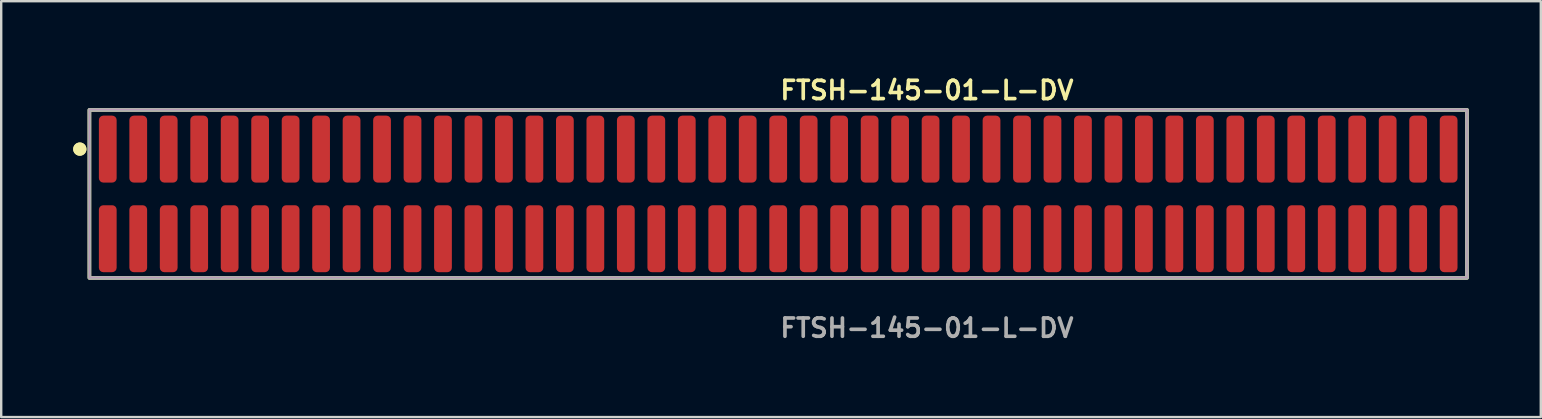
<source format=kicad_pcb>
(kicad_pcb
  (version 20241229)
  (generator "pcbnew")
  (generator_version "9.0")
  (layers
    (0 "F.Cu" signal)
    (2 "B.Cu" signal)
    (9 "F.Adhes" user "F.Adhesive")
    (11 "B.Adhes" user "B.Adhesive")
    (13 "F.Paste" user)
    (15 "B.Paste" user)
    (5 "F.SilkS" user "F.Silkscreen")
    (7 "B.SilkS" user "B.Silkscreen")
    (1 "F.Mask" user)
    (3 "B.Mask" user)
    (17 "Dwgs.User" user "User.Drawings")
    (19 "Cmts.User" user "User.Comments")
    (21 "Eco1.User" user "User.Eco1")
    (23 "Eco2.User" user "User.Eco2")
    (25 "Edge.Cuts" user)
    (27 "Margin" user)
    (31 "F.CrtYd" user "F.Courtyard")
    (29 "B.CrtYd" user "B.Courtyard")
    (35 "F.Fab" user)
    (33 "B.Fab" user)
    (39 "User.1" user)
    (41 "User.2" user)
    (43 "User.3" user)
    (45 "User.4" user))
  (footprint "FTSH-145-01-L-DV"
    (layer "F.Cu")
    (at 29.381 5.031)
    (property "Reference" "FTSH-145-01-L-DV" (at 0 -4.318 0) (unlocked yes) (layer "F.SilkS") (effects (font (size 0.762 0.762) (thickness 0.152)) (justify left)))
    (fp_rect (start -28.705 3.5) (end 28.705 -3.5) (stroke (width 0.152) (type solid)) (fill no) (layer "F.SilkS"))
    (fp_circle (center -29.105 -1.867) (end -29.305 -1.867) (stroke (width 0.152) (type solid)) (fill yes) (layer "F.SilkS"))
    (fp_circle (center -29.105 -1.867) (end -29.305 -1.867) (stroke (width 0.152) (type solid)) (fill yes) (layer "F.SilkS"))
    (fp_rect (start -28.705 3.5) (end 28.705 -3.5) (stroke (width 0.006) (type solid)) (fill no) (layer "F.CrtYd"))
    (fp_rect (start -28.705 3.5) (end 28.705 -3.5) (stroke (width 0.152) (type solid)) (fill no) (layer "F.Fab"))
    (fp_text user "${REFERENCE}" (at 0 5.588 0) (unlocked yes) (layer "F.Fab") (effects (font (size 0.762 0.762) (thickness 0.152)) (justify left)))
    (pad "1" smd roundrect (at -27.94 -1.867) (size 0.74 2.79) (layers "F.Cu" "F.Paste") (roundrect_rratio 0.25))
    (pad "2" smd roundrect (at -27.94 1.867) (size 0.74 2.79) (layers "F.Cu" "F.Paste") (roundrect_rratio 0.25))
    (pad "3" smd roundrect (at -26.67 -1.867) (size 0.74 2.79) (layers "F.Cu" "F.Paste") (roundrect_rratio 0.25))
    (pad "4" smd roundrect (at -26.67 1.867) (size 0.74 2.79) (layers "F.Cu" "F.Paste") (roundrect_rratio 0.25))
    (pad "5" smd roundrect (at -25.4 -1.867) (size 0.74 2.79) (layers "F.Cu" "F.Paste") (roundrect_rratio 0.25))
    (pad "6" smd roundrect (at -25.4 1.867) (size 0.74 2.79) (layers "F.Cu" "F.Paste") (roundrect_rratio 0.25))
    (pad "7" smd roundrect (at -24.13 -1.867) (size 0.74 2.79) (layers "F.Cu" "F.Paste") (roundrect_rratio 0.25))
    (pad "8" smd roundrect (at -24.13 1.867) (size 0.74 2.79) (layers "F.Cu" "F.Paste") (roundrect_rratio 0.25))
    (pad "9" smd roundrect (at -22.86 -1.867) (size 0.74 2.79) (layers "F.Cu" "F.Paste") (roundrect_rratio 0.25))
    (pad "10" smd roundrect (at -22.86 1.867) (size 0.74 2.79) (layers "F.Cu" "F.Paste") (roundrect_rratio 0.25))
    (pad "11" smd roundrect (at -21.59 -1.867) (size 0.74 2.79) (layers "F.Cu" "F.Paste") (roundrect_rratio 0.25))
    (pad "12" smd roundrect (at -21.59 1.867) (size 0.74 2.79) (layers "F.Cu" "F.Paste") (roundrect_rratio 0.25))
    (pad "13" smd roundrect (at -20.32 -1.867) (size 0.74 2.79) (layers "F.Cu" "F.Paste") (roundrect_rratio 0.25))
    (pad "14" smd roundrect (at -20.32 1.867) (size 0.74 2.79) (layers "F.Cu" "F.Paste") (roundrect_rratio 0.25))
    (pad "15" smd roundrect (at -19.05 -1.867) (size 0.74 2.79) (layers "F.Cu" "F.Paste") (roundrect_rratio 0.25))
    (pad "16" smd roundrect (at -19.05 1.867) (size 0.74 2.79) (layers "F.Cu" "F.Paste") (roundrect_rratio 0.25))
    (pad "17" smd roundrect (at -17.78 -1.867) (size 0.74 2.79) (layers "F.Cu" "F.Paste") (roundrect_rratio 0.25))
    (pad "18" smd roundrect (at -17.78 1.867) (size 0.74 2.79) (layers "F.Cu" "F.Paste") (roundrect_rratio 0.25))
    (pad "19" smd roundrect (at -16.51 -1.867) (size 0.74 2.79) (layers "F.Cu" "F.Paste") (roundrect_rratio 0.25))
    (pad "20" smd roundrect (at -16.51 1.867) (size 0.74 2.79) (layers "F.Cu" "F.Paste") (roundrect_rratio 0.25))
    (pad "21" smd roundrect (at -15.24 -1.867) (size 0.74 2.79) (layers "F.Cu" "F.Paste") (roundrect_rratio 0.25))
    (pad "22" smd roundrect (at -15.24 1.867) (size 0.74 2.79) (layers "F.Cu" "F.Paste") (roundrect_rratio 0.25))
    (pad "23" smd roundrect (at -13.97 -1.867) (size 0.74 2.79) (layers "F.Cu" "F.Paste") (roundrect_rratio 0.25))
    (pad "24" smd roundrect (at -13.97 1.867) (size 0.74 2.79) (layers "F.Cu" "F.Paste") (roundrect_rratio 0.25))
    (pad "25" smd roundrect (at -12.7 -1.867) (size 0.74 2.79) (layers "F.Cu" "F.Paste") (roundrect_rratio 0.25))
    (pad "26" smd roundrect (at -12.7 1.867) (size 0.74 2.79) (layers "F.Cu" "F.Paste") (roundrect_rratio 0.25))
    (pad "27" smd roundrect (at -11.43 -1.867) (size 0.74 2.79) (layers "F.Cu" "F.Paste") (roundrect_rratio 0.25))
    (pad "28" smd roundrect (at -11.43 1.867) (size 0.74 2.79) (layers "F.Cu" "F.Paste") (roundrect_rratio 0.25))
    (pad "29" smd roundrect (at -10.16 -1.867) (size 0.74 2.79) (layers "F.Cu" "F.Paste") (roundrect_rratio 0.25))
    (pad "30" smd roundrect (at -10.16 1.867) (size 0.74 2.79) (layers "F.Cu" "F.Paste") (roundrect_rratio 0.25))
    (pad "31" smd roundrect (at -8.89 -1.867) (size 0.74 2.79) (layers "F.Cu" "F.Paste") (roundrect_rratio 0.25))
    (pad "32" smd roundrect (at -8.89 1.867) (size 0.74 2.79) (layers "F.Cu" "F.Paste") (roundrect_rratio 0.25))
    (pad "33" smd roundrect (at -7.62 -1.867) (size 0.74 2.79) (layers "F.Cu" "F.Paste") (roundrect_rratio 0.25))
    (pad "34" smd roundrect (at -7.62 1.867) (size 0.74 2.79) (layers "F.Cu" "F.Paste") (roundrect_rratio 0.25))
    (pad "35" smd roundrect (at -6.35 -1.867) (size 0.74 2.79) (layers "F.Cu" "F.Paste") (roundrect_rratio 0.25))
    (pad "36" smd roundrect (at -6.35 1.867) (size 0.74 2.79) (layers "F.Cu" "F.Paste") (roundrect_rratio 0.25))
    (pad "37" smd roundrect (at -5.08 -1.867) (size 0.74 2.79) (layers "F.Cu" "F.Paste") (roundrect_rratio 0.25))
    (pad "38" smd roundrect (at -5.08 1.867) (size 0.74 2.79) (layers "F.Cu" "F.Paste") (roundrect_rratio 0.25))
    (pad "39" smd roundrect (at -3.81 -1.867) (size 0.74 2.79) (layers "F.Cu" "F.Paste") (roundrect_rratio 0.25))
    (pad "40" smd roundrect (at -3.81 1.867) (size 0.74 2.79) (layers "F.Cu" "F.Paste") (roundrect_rratio 0.25))
    (pad "41" smd roundrect (at -2.54 -1.867) (size 0.74 2.79) (layers "F.Cu" "F.Paste") (roundrect_rratio 0.25))
    (pad "42" smd roundrect (at -2.54 1.867) (size 0.74 2.79) (layers "F.Cu" "F.Paste") (roundrect_rratio 0.25))
    (pad "43" smd roundrect (at -1.27 -1.867) (size 0.74 2.79) (layers "F.Cu" "F.Paste") (roundrect_rratio 0.25))
    (pad "44" smd roundrect (at -1.27 1.867) (size 0.74 2.79) (layers "F.Cu" "F.Paste") (roundrect_rratio 0.25))
    (pad "45" smd roundrect (at 0 -1.867) (size 0.74 2.79) (layers "F.Cu" "F.Paste") (roundrect_rratio 0.25))
    (pad "46" smd roundrect (at 0 1.867) (size 0.74 2.79) (layers "F.Cu" "F.Paste") (roundrect_rratio 0.25))
    (pad "47" smd roundrect (at 1.27 -1.867) (size 0.74 2.79) (layers "F.Cu" "F.Paste") (roundrect_rratio 0.25))
    (pad "48" smd roundrect (at 1.27 1.867) (size 0.74 2.79) (layers "F.Cu" "F.Paste") (roundrect_rratio 0.25))
    (pad "49" smd roundrect (at 2.54 -1.867) (size 0.74 2.79) (layers "F.Cu" "F.Paste") (roundrect_rratio 0.25))
    (pad "50" smd roundrect (at 2.54 1.867) (size 0.74 2.79) (layers "F.Cu" "F.Paste") (roundrect_rratio 0.25))
    (pad "51" smd roundrect (at 3.81 -1.867) (size 0.74 2.79) (layers "F.Cu" "F.Paste") (roundrect_rratio 0.25))
    (pad "52" smd roundrect (at 3.81 1.867) (size 0.74 2.79) (layers "F.Cu" "F.Paste") (roundrect_rratio 0.25))
    (pad "53" smd roundrect (at 5.08 -1.867) (size 0.74 2.79) (layers "F.Cu" "F.Paste") (roundrect_rratio 0.25))
    (pad "54" smd roundrect (at 5.08 1.867) (size 0.74 2.79) (layers "F.Cu" "F.Paste") (roundrect_rratio 0.25))
    (pad "55" smd roundrect (at 6.35 -1.867) (size 0.74 2.79) (layers "F.Cu" "F.Paste") (roundrect_rratio 0.25))
    (pad "56" smd roundrect (at 6.35 1.867) (size 0.74 2.79) (layers "F.Cu" "F.Paste") (roundrect_rratio 0.25))
    (pad "57" smd roundrect (at 7.62 -1.867) (size 0.74 2.79) (layers "F.Cu" "F.Paste") (roundrect_rratio 0.25))
    (pad "58" smd roundrect (at 7.62 1.867) (size 0.74 2.79) (layers "F.Cu" "F.Paste") (roundrect_rratio 0.25))
    (pad "59" smd roundrect (at 8.89 -1.867) (size 0.74 2.79) (layers "F.Cu" "F.Paste") (roundrect_rratio 0.25))
    (pad "60" smd roundrect (at 8.89 1.867) (size 0.74 2.79) (layers "F.Cu" "F.Paste") (roundrect_rratio 0.25))
    (pad "61" smd roundrect (at 10.16 -1.867) (size 0.74 2.79) (layers "F.Cu" "F.Paste") (roundrect_rratio 0.25))
    (pad "62" smd roundrect (at 10.16 1.867) (size 0.74 2.79) (layers "F.Cu" "F.Paste") (roundrect_rratio 0.25))
    (pad "63" smd roundrect (at 11.43 -1.867) (size 0.74 2.79) (layers "F.Cu" "F.Paste") (roundrect_rratio 0.25))
    (pad "64" smd roundrect (at 11.43 1.867) (size 0.74 2.79) (layers "F.Cu" "F.Paste") (roundrect_rratio 0.25))
    (pad "65" smd roundrect (at 12.7 -1.867) (size 0.74 2.79) (layers "F.Cu" "F.Paste") (roundrect_rratio 0.25))
    (pad "66" smd roundrect (at 12.7 1.867) (size 0.74 2.79) (layers "F.Cu" "F.Paste") (roundrect_rratio 0.25))
    (pad "67" smd roundrect (at 13.97 -1.867) (size 0.74 2.79) (layers "F.Cu" "F.Paste") (roundrect_rratio 0.25))
    (pad "68" smd roundrect (at 13.97 1.867) (size 0.74 2.79) (layers "F.Cu" "F.Paste") (roundrect_rratio 0.25))
    (pad "69" smd roundrect (at 15.24 -1.867) (size 0.74 2.79) (layers "F.Cu" "F.Paste") (roundrect_rratio 0.25))
    (pad "70" smd roundrect (at 15.24 1.867) (size 0.74 2.79) (layers "F.Cu" "F.Paste") (roundrect_rratio 0.25))
    (pad "71" smd roundrect (at 16.51 -1.867) (size 0.74 2.79) (layers "F.Cu" "F.Paste") (roundrect_rratio 0.25))
    (pad "72" smd roundrect (at 16.51 1.867) (size 0.74 2.79) (layers "F.Cu" "F.Paste") (roundrect_rratio 0.25))
    (pad "73" smd roundrect (at 17.78 -1.867) (size 0.74 2.79) (layers "F.Cu" "F.Paste") (roundrect_rratio 0.25))
    (pad "74" smd roundrect (at 17.78 1.867) (size 0.74 2.79) (layers "F.Cu" "F.Paste") (roundrect_rratio 0.25))
    (pad "75" smd roundrect (at 19.05 -1.867) (size 0.74 2.79) (layers "F.Cu" "F.Paste") (roundrect_rratio 0.25))
    (pad "76" smd roundrect (at 19.05 1.867) (size 0.74 2.79) (layers "F.Cu" "F.Paste") (roundrect_rratio 0.25))
    (pad "77" smd roundrect (at 20.32 -1.867) (size 0.74 2.79) (layers "F.Cu" "F.Paste") (roundrect_rratio 0.25))
    (pad "78" smd roundrect (at 20.32 1.867) (size 0.74 2.79) (layers "F.Cu" "F.Paste") (roundrect_rratio 0.25))
    (pad "79" smd roundrect (at 21.59 -1.867) (size 0.74 2.79) (layers "F.Cu" "F.Paste") (roundrect_rratio 0.25))
    (pad "80" smd roundrect (at 21.59 1.867) (size 0.74 2.79) (layers "F.Cu" "F.Paste") (roundrect_rratio 0.25))
    (pad "81" smd roundrect (at 22.86 -1.867) (size 0.74 2.79) (layers "F.Cu" "F.Paste") (roundrect_rratio 0.25))
    (pad "82" smd roundrect (at 22.86 1.867) (size 0.74 2.79) (layers "F.Cu" "F.Paste") (roundrect_rratio 0.25))
    (pad "83" smd roundrect (at 24.13 -1.867) (size 0.74 2.79) (layers "F.Cu" "F.Paste") (roundrect_rratio 0.25))
    (pad "84" smd roundrect (at 24.13 1.867) (size 0.74 2.79) (layers "F.Cu" "F.Paste") (roundrect_rratio 0.25))
    (pad "85" smd roundrect (at 25.4 -1.867) (size 0.74 2.79) (layers "F.Cu" "F.Paste") (roundrect_rratio 0.25))
    (pad "86" smd roundrect (at 25.4 1.867) (size 0.74 2.79) (layers "F.Cu" "F.Paste") (roundrect_rratio 0.25))
    (pad "87" smd roundrect (at 26.67 -1.867) (size 0.74 2.79) (layers "F.Cu" "F.Paste") (roundrect_rratio 0.25))
    (pad "88" smd roundrect (at 26.67 1.867) (size 0.74 2.79) (layers "F.Cu" "F.Paste") (roundrect_rratio 0.25))
    (pad "89" smd roundrect (at 27.94 -1.867) (size 0.74 2.79) (layers "F.Cu" "F.Paste") (roundrect_rratio 0.25))
    (pad "90" smd roundrect (at 27.94 1.867) (size 0.74 2.79) (layers "F.Cu" "F.Paste") (roundrect_rratio 0.25)))
  (gr_rect
    (start -3 -3)
    (end 61.162 14.332)
    (stroke (width 0.1) (type default))
    (fill no)
    (layer "Edge.Cuts")))
</source>
